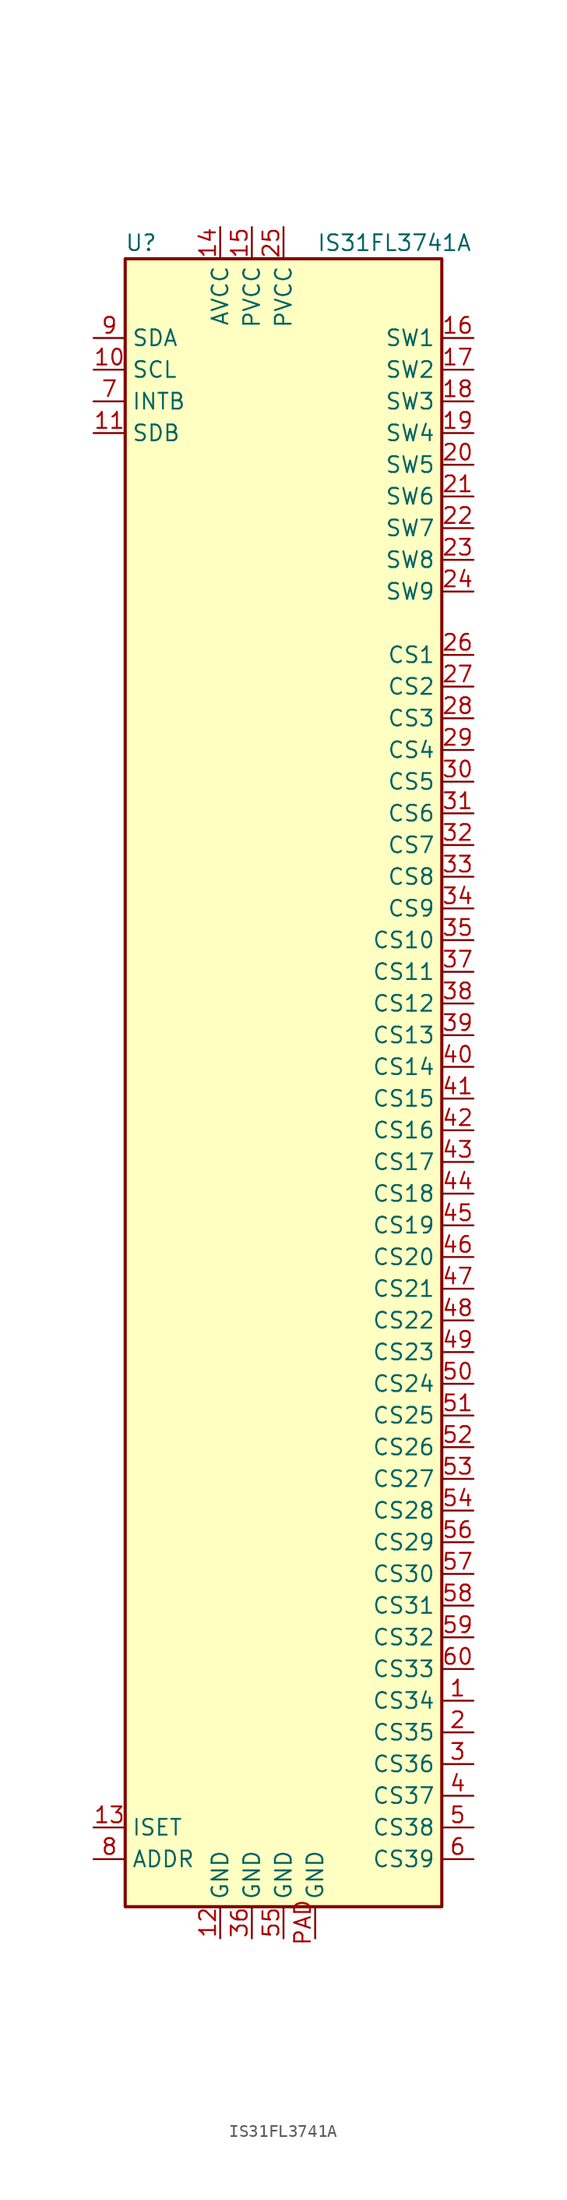
<source format=kicad_sym>
(kicad_symbol_lib
  (version 20231120)
  (generator "kicad_symbol_editor")
  (generator_version "8.0")
  (symbol "IS31FL3741A"
    (property "Reference" "U"
      (at -11.43 67.31 0)
      (effects (font (size 1.27 1.27))))
    (property "Value" "IS31FL3741A"
      (at 8.89 67.31 0)
      (effects (font (size 1.27 1.27))))
    (symbol "IS31FL3741A_0_1"
      (rectangle (start -12.7 66.04) (end 12.7 -66.04) (stroke (width 0.254) (type default)) (fill (type background))))
    (symbol "IS31FL3741A_1_1"
      (pin output line (at 15.24 -49.53 180) (length 2.54) (name "CS34" (effects (font (size 1.27 1.27)))) (number "1" (effects (font (size 1.27 1.27)))))
      (pin input line (at -15.24 57.15 0) (length 2.54) (name "SCL" (effects (font (size 1.27 1.27)))) (number "10" (effects (font (size 1.27 1.27)))))
      (pin input line (at -15.24 52.07 0) (length 2.54) (name "SDB" (effects (font (size 1.27 1.27)))) (number "11" (effects (font (size 1.27 1.27)))))
      (pin power_in line (at -5.08 -68.58 90) (length 2.54) (name "GND" (effects (font (size 1.27 1.27)))) (number "12" (effects (font (size 1.27 1.27)))))
      (pin input line (at -15.24 -59.69 0) (length 2.54) (name "ISET" (effects (font (size 1.27 1.27)))) (number "13" (effects (font (size 1.27 1.27)))))
      (pin power_in line (at -5.08 68.58 270) (length 2.54) (name "AVCC" (effects (font (size 1.27 1.27)))) (number "14" (effects (font (size 1.27 1.27)))))
      (pin power_in line (at -2.54 68.58 270) (length 2.54) (name "PVCC" (effects (font (size 1.27 1.27)))) (number "15" (effects (font (size 1.27 1.27)))))
      (pin input line (at 15.24 59.69 180) (length 2.54) (name "SW1" (effects (font (size 1.27 1.27)))) (number "16" (effects (font (size 1.27 1.27)))))
      (pin input line (at 15.24 57.15 180) (length 2.54) (name "SW2" (effects (font (size 1.27 1.27)))) (number "17" (effects (font (size 1.27 1.27)))))
      (pin input line (at 15.24 54.61 180) (length 2.54) (name "SW3" (effects (font (size 1.27 1.27)))) (number "18" (effects (font (size 1.27 1.27)))))
      (pin input line (at 15.24 52.07 180) (length 2.54) (name "SW4" (effects (font (size 1.27 1.27)))) (number "19" (effects (font (size 1.27 1.27)))))
      (pin output line (at 15.24 -52.07 180) (length 2.54) (name "CS35" (effects (font (size 1.27 1.27)))) (number "2" (effects (font (size 1.27 1.27)))))
      (pin input line (at 15.24 49.53 180) (length 2.54) (name "SW5" (effects (font (size 1.27 1.27)))) (number "20" (effects (font (size 1.27 1.27)))))
      (pin input line (at 15.24 46.99 180) (length 2.54) (name "SW6" (effects (font (size 1.27 1.27)))) (number "21" (effects (font (size 1.27 1.27)))))
      (pin input line (at 15.24 44.45 180) (length 2.54) (name "SW7" (effects (font (size 1.27 1.27)))) (number "22" (effects (font (size 1.27 1.27)))))
      (pin input line (at 15.24 41.91 180) (length 2.54) (name "SW8" (effects (font (size 1.27 1.27)))) (number "23" (effects (font (size 1.27 1.27)))))
      (pin input line (at 15.24 39.37 180) (length 2.54) (name "SW9" (effects (font (size 1.27 1.27)))) (number "24" (effects (font (size 1.27 1.27)))))
      (pin power_in line (at 0 68.58 270) (length 2.54) (name "PVCC" (effects (font (size 1.27 1.27)))) (number "25" (effects (font (size 1.27 1.27)))))
      (pin output line (at 15.24 34.29 180) (length 2.54) (name "CS1" (effects (font (size 1.27 1.27)))) (number "26" (effects (font (size 1.27 1.27)))))
      (pin output line (at 15.24 31.75 180) (length 2.54) (name "CS2" (effects (font (size 1.27 1.27)))) (number "27" (effects (font (size 1.27 1.27)))))
      (pin output line (at 15.24 29.21 180) (length 2.54) (name "CS3" (effects (font (size 1.27 1.27)))) (number "28" (effects (font (size 1.27 1.27)))))
      (pin output line (at 15.24 26.67 180) (length 2.54) (name "CS4" (effects (font (size 1.27 1.27)))) (number "29" (effects (font (size 1.27 1.27)))))
      (pin output line (at 15.24 -54.61 180) (length 2.54) (name "CS36" (effects (font (size 1.27 1.27)))) (number "3" (effects (font (size 1.27 1.27)))))
      (pin output line (at 15.24 24.13 180) (length 2.54) (name "CS5" (effects (font (size 1.27 1.27)))) (number "30" (effects (font (size 1.27 1.27)))))
      (pin output line (at 15.24 21.59 180) (length 2.54) (name "CS6" (effects (font (size 1.27 1.27)))) (number "31" (effects (font (size 1.27 1.27)))))
      (pin output line (at 15.24 19.05 180) (length 2.54) (name "CS7" (effects (font (size 1.27 1.27)))) (number "32" (effects (font (size 1.27 1.27)))))
      (pin output line (at 15.24 16.51 180) (length 2.54) (name "CS8" (effects (font (size 1.27 1.27)))) (number "33" (effects (font (size 1.27 1.27)))))
      (pin output line (at 15.24 13.97 180) (length 2.54) (name "CS9" (effects (font (size 1.27 1.27)))) (number "34" (effects (font (size 1.27 1.27)))))
      (pin output line (at 15.24 11.43 180) (length 2.54) (name "CS10" (effects (font (size 1.27 1.27)))) (number "35" (effects (font (size 1.27 1.27)))))
      (pin power_in line (at -2.54 -68.58 90) (length 2.54) (name "GND" (effects (font (size 1.27 1.27)))) (number "36" (effects (font (size 1.27 1.27)))))
      (pin output line (at 15.24 8.89 180) (length 2.54) (name "CS11" (effects (font (size 1.27 1.27)))) (number "37" (effects (font (size 1.27 1.27)))))
      (pin output line (at 15.24 6.35 180) (length 2.54) (name "CS12" (effects (font (size 1.27 1.27)))) (number "38" (effects (font (size 1.27 1.27)))))
      (pin output line (at 15.24 3.81 180) (length 2.54) (name "CS13" (effects (font (size 1.27 1.27)))) (number "39" (effects (font (size 1.27 1.27)))))
      (pin output line (at 15.24 -57.15 180) (length 2.54) (name "CS37" (effects (font (size 1.27 1.27)))) (number "4" (effects (font (size 1.27 1.27)))))
      (pin output line (at 15.24 1.27 180) (length 2.54) (name "CS14" (effects (font (size 1.27 1.27)))) (number "40" (effects (font (size 1.27 1.27)))))
      (pin output line (at 15.24 -1.27 180) (length 2.54) (name "CS15" (effects (font (size 1.27 1.27)))) (number "41" (effects (font (size 1.27 1.27)))))
      (pin output line (at 15.24 -3.81 180) (length 2.54) (name "CS16" (effects (font (size 1.27 1.27)))) (number "42" (effects (font (size 1.27 1.27)))))
      (pin output line (at 15.24 -6.35 180) (length 2.54) (name "CS17" (effects (font (size 1.27 1.27)))) (number "43" (effects (font (size 1.27 1.27)))))
      (pin output line (at 15.24 -8.89 180) (length 2.54) (name "CS18" (effects (font (size 1.27 1.27)))) (number "44" (effects (font (size 1.27 1.27)))))
      (pin output line (at 15.24 -11.43 180) (length 2.54) (name "CS19" (effects (font (size 1.27 1.27)))) (number "45" (effects (font (size 1.27 1.27)))))
      (pin output line (at 15.24 -13.97 180) (length 2.54) (name "CS20" (effects (font (size 1.27 1.27)))) (number "46" (effects (font (size 1.27 1.27)))))
      (pin output line (at 15.24 -16.51 180) (length 2.54) (name "CS21" (effects (font (size 1.27 1.27)))) (number "47" (effects (font (size 1.27 1.27)))))
      (pin output line (at 15.24 -19.05 180) (length 2.54) (name "CS22" (effects (font (size 1.27 1.27)))) (number "48" (effects (font (size 1.27 1.27)))))
      (pin output line (at 15.24 -21.59 180) (length 2.54) (name "CS23" (effects (font (size 1.27 1.27)))) (number "49" (effects (font (size 1.27 1.27)))))
      (pin output line (at 15.24 -59.69 180) (length 2.54) (name "CS38" (effects (font (size 1.27 1.27)))) (number "5" (effects (font (size 1.27 1.27)))))
      (pin output line (at 15.24 -24.13 180) (length 2.54) (name "CS24" (effects (font (size 1.27 1.27)))) (number "50" (effects (font (size 1.27 1.27)))))
      (pin output line (at 15.24 -26.67 180) (length 2.54) (name "CS25" (effects (font (size 1.27 1.27)))) (number "51" (effects (font (size 1.27 1.27)))))
      (pin output line (at 15.24 -29.21 180) (length 2.54) (name "CS26" (effects (font (size 1.27 1.27)))) (number "52" (effects (font (size 1.27 1.27)))))
      (pin output line (at 15.24 -31.75 180) (length 2.54) (name "CS27" (effects (font (size 1.27 1.27)))) (number "53" (effects (font (size 1.27 1.27)))))
      (pin output line (at 15.24 -34.29 180) (length 2.54) (name "CS28" (effects (font (size 1.27 1.27)))) (number "54" (effects (font (size 1.27 1.27)))))
      (pin power_in line (at 0 -68.58 90) (length 2.54) (name "GND" (effects (font (size 1.27 1.27)))) (number "55" (effects (font (size 1.27 1.27)))))
      (pin output line (at 15.24 -36.83 180) (length 2.54) (name "CS29" (effects (font (size 1.27 1.27)))) (number "56" (effects (font (size 1.27 1.27)))))
      (pin output line (at 15.24 -39.37 180) (length 2.54) (name "CS30" (effects (font (size 1.27 1.27)))) (number "57" (effects (font (size 1.27 1.27)))))
      (pin output line (at 15.24 -41.91 180) (length 2.54) (name "CS31" (effects (font (size 1.27 1.27)))) (number "58" (effects (font (size 1.27 1.27)))))
      (pin output line (at 15.24 -44.45 180) (length 2.54) (name "CS32" (effects (font (size 1.27 1.27)))) (number "59" (effects (font (size 1.27 1.27)))))
      (pin output line (at 15.24 -62.23 180) (length 2.54) (name "CS39" (effects (font (size 1.27 1.27)))) (number "6" (effects (font (size 1.27 1.27)))))
      (pin output line (at 15.24 -46.99 180) (length 2.54) (name "CS33" (effects (font (size 1.27 1.27)))) (number "60" (effects (font (size 1.27 1.27)))))
      (pin open_collector line (at -15.24 54.61 0) (length 2.54) (name "INTB" (effects (font (size 1.27 1.27)))) (number "7" (effects (font (size 1.27 1.27)))))
      (pin input line (at -15.24 -62.23 0) (length 2.54) (name "ADDR" (effects (font (size 1.27 1.27)))) (number "8" (effects (font (size 1.27 1.27)))))
      (pin bidirectional line (at -15.24 59.69 0) (length 2.54) (name "SDA" (effects (font (size 1.27 1.27)))) (number "9" (effects (font (size 1.27 1.27)))))
      (pin power_in line (at 2.54 -68.58 90) (length 2.54) (name "GND" (effects (font (size 1.27 1.27)))) (number "PAD" (effects (font (size 1.27 1.27))))))))
</source>
